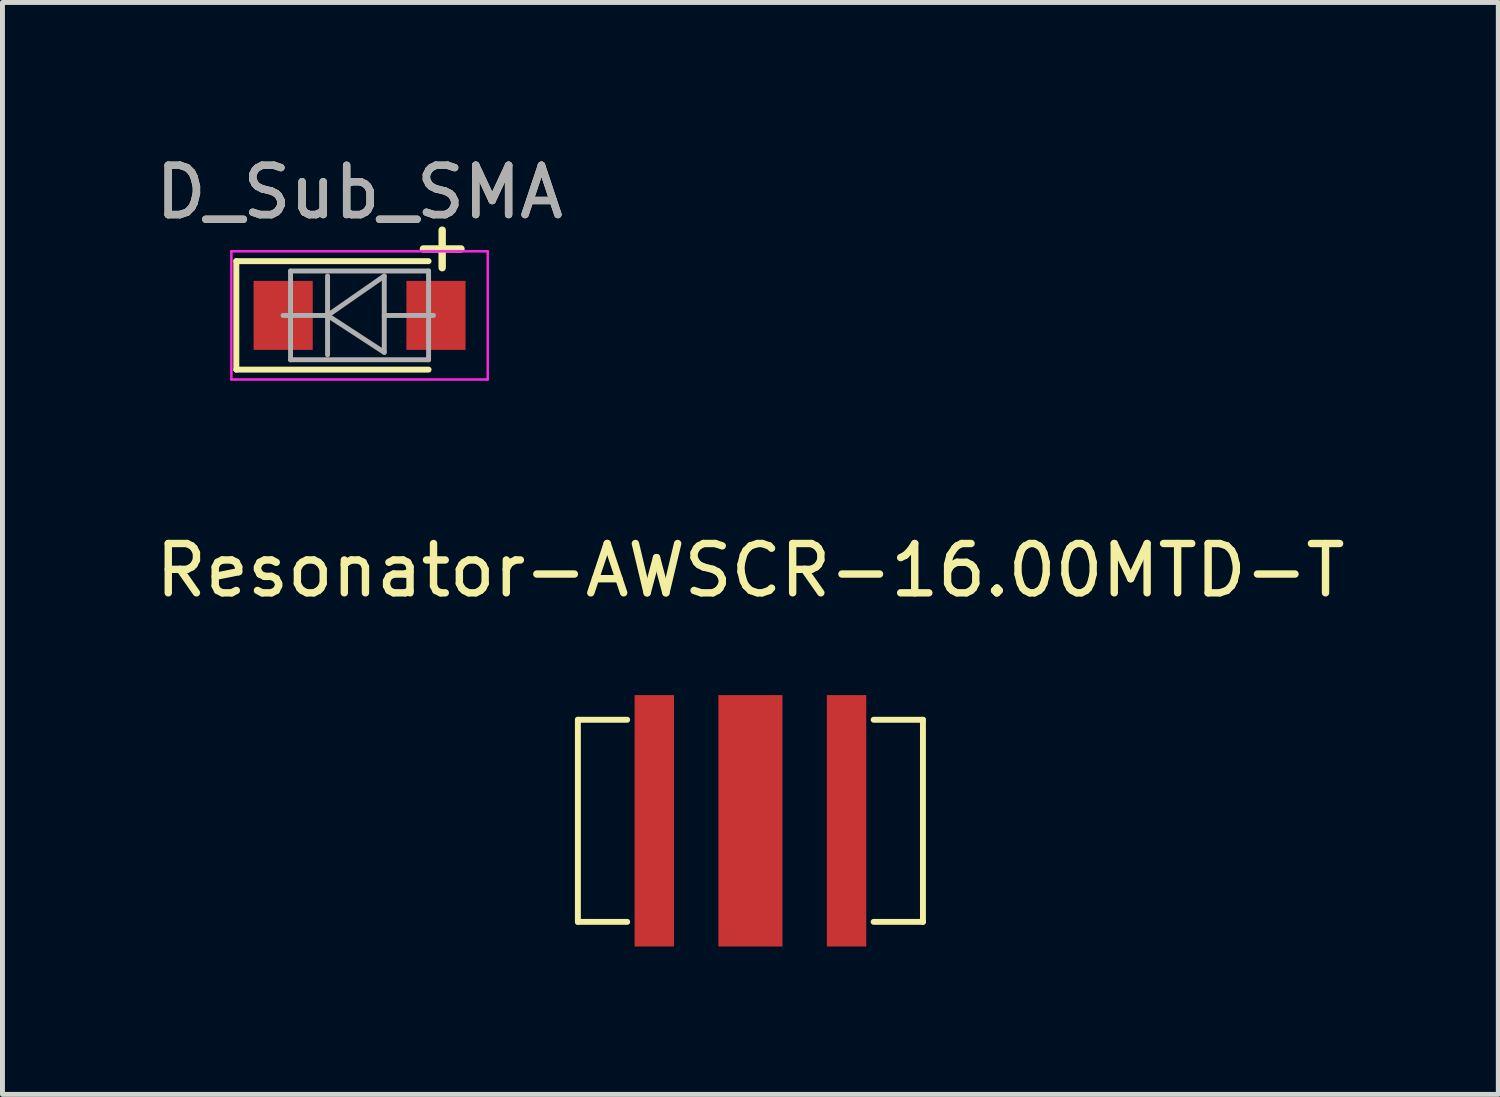
<source format=kicad_pcb>
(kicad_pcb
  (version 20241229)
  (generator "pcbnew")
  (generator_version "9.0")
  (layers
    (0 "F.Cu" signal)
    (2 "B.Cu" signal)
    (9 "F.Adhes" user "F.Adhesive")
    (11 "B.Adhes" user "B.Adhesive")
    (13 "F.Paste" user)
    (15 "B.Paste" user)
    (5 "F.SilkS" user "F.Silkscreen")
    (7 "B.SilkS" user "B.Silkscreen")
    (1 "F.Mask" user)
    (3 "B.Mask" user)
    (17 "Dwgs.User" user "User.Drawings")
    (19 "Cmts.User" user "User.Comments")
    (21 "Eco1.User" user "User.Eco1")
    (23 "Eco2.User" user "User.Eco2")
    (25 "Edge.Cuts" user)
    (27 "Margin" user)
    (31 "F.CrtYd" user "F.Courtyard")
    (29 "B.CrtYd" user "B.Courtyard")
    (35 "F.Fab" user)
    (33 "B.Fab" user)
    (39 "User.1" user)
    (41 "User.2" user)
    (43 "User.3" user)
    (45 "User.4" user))
  (footprint "D_Sub_SMA"
    (layer "F.Cu")
    (at 4.244 3.348)
    (property "Reference" "D_Sub_SMA" (at 0 -2.5 0) (layer "F.SilkS") (effects (font (size 1 1) (thickness 0.15))))
    (attr smd)
    (fp_line (start -2.5 -1.1) (end -2.5 1.1) (stroke (width 0.12) (type solid)) (layer "F.SilkS"))
    (fp_line (start -2.5 -1.1) (end 1.4 -1.1) (stroke (width 0.12) (type solid)) (layer "F.SilkS"))
    (fp_line (start -2.5 1.1) (end 1.4 1.1) (stroke (width 0.12) (type solid)) (layer "F.SilkS"))
    (fp_line (start -2.6 -1.3) (end 2.6 -1.3) (stroke (width 0.05) (type solid)) (layer "F.CrtYd"))
    (fp_line (start -2.6 1.3) (end -2.6 -1.3) (stroke (width 0.05) (type solid)) (layer "F.CrtYd"))
    (fp_line (start 2.6 -1.3) (end 2.6 1.3) (stroke (width 0.05) (type solid)) (layer "F.CrtYd"))
    (fp_line (start 2.6 1.3) (end -2.6 1.3) (stroke (width 0.05) (type solid)) (layer "F.CrtYd"))
    (fp_line (start -1.4 0.9) (end -1.4 -0.9) (stroke (width 0.1) (type solid)) (layer "F.Fab"))
    (fp_line (start -0.649 -0.799) (end -0.649 0.801) (stroke (width 0.1) (type solid)) (layer "F.Fab"))
    (fp_line (start -0.649 0.001) (end -1.551 0.001) (stroke (width 0.1) (type solid)) (layer "F.Fab"))
    (fp_line (start -0.649 0.001) (end 0.501 -0.799) (stroke (width 0.1) (type solid)) (layer "F.Fab"))
    (fp_line (start -0.649 0.001) (end 0.501 0.75) (stroke (width 0.1) (type solid)) (layer "F.Fab"))
    (fp_line (start 0.501 0.001) (end 1.499 0.001) (stroke (width 0.1) (type solid)) (layer "F.Fab"))
    (fp_line (start 0.501 0.75) (end 0.501 -0.799) (stroke (width 0.1) (type solid)) (layer "F.Fab"))
    (fp_line (start 1.4 -0.9) (end -1.4 -0.9) (stroke (width 0.1) (type solid)) (layer "F.Fab"))
    (fp_line (start 1.4 -0.9) (end 1.4 0.9) (stroke (width 0.1) (type solid)) (layer "F.Fab"))
    (fp_line (start 1.4 0.9) (end -1.4 0.9) (stroke (width 0.1) (type solid)) (layer "F.Fab"))
    (fp_text user "+" (at 1.676 -1.422 0) (layer "F.SilkS") (effects (font (size 1 1) (thickness 0.15))))
    (fp_text user "${REFERENCE}" (at 0 -2.5 0) (layer "F.Fab") (effects (font (size 1 1) (thickness 0.15))))
    (pad "1" smd rect (at -1.55 0) (size 1.2 1.4) (layers "F.Cu" "F.Mask" "F.Paste"))
    (pad "2" smd rect (at 1.55 0) (size 1.2 1.4) (layers "F.Cu" "F.Mask" "F.Paste")))
  (footprint "Resonator-AWSCR-16.00MTD-T"
    (layer "F.Cu")
    (at 12.173 13.601)
    (property "Reference" "Resonator-AWSCR-16.00MTD-T" (at 0 -5.08 0) (layer "F.SilkS") (effects (font (size 1 1) (thickness 0.15))))
    (attr smd)
    (fp_line (start -3.5 -2.05) (end -3.5 2.05) (stroke (width 0.12) (type solid)) (layer "F.SilkS"))
    (fp_line (start -2.5 -2.05) (end -3.5 -2.05) (stroke (width 0.12) (type solid)) (layer "F.SilkS"))
    (fp_line (start -2.5 2.05) (end -3.5 2.05) (stroke (width 0.12) (type solid)) (layer "F.SilkS"))
    (fp_line (start 2.5 2.05) (end 3.5 2.05) (stroke (width 0.12) (type solid)) (layer "F.SilkS"))
    (fp_line (start 3.5 -2.05) (end 2.5 -2.05) (stroke (width 0.12) (type solid)) (layer "F.SilkS"))
    (fp_line (start 3.5 2.05) (end 3.5 -2.05) (stroke (width 0.12) (type solid)) (layer "F.SilkS"))
    (pad "1" smd rect (at -1.95 0) (size 0.8 5.1) (layers "F.Cu" "F.Mask" "F.Paste"))
    (pad "2" smd rect (at 0 0) (size 1.3 5.1) (layers "F.Cu" "F.Mask" "F.Paste"))
    (pad "3" smd rect (at 1.95 0) (size 0.8 5.1) (layers "F.Cu" "F.Mask" "F.Paste")))
  (gr_rect
    (start -3 -3)
    (end 27.345 19.151)
    (stroke (width 0.1) (type default))
    (fill no)
    (layer "Edge.Cuts")))
</source>
